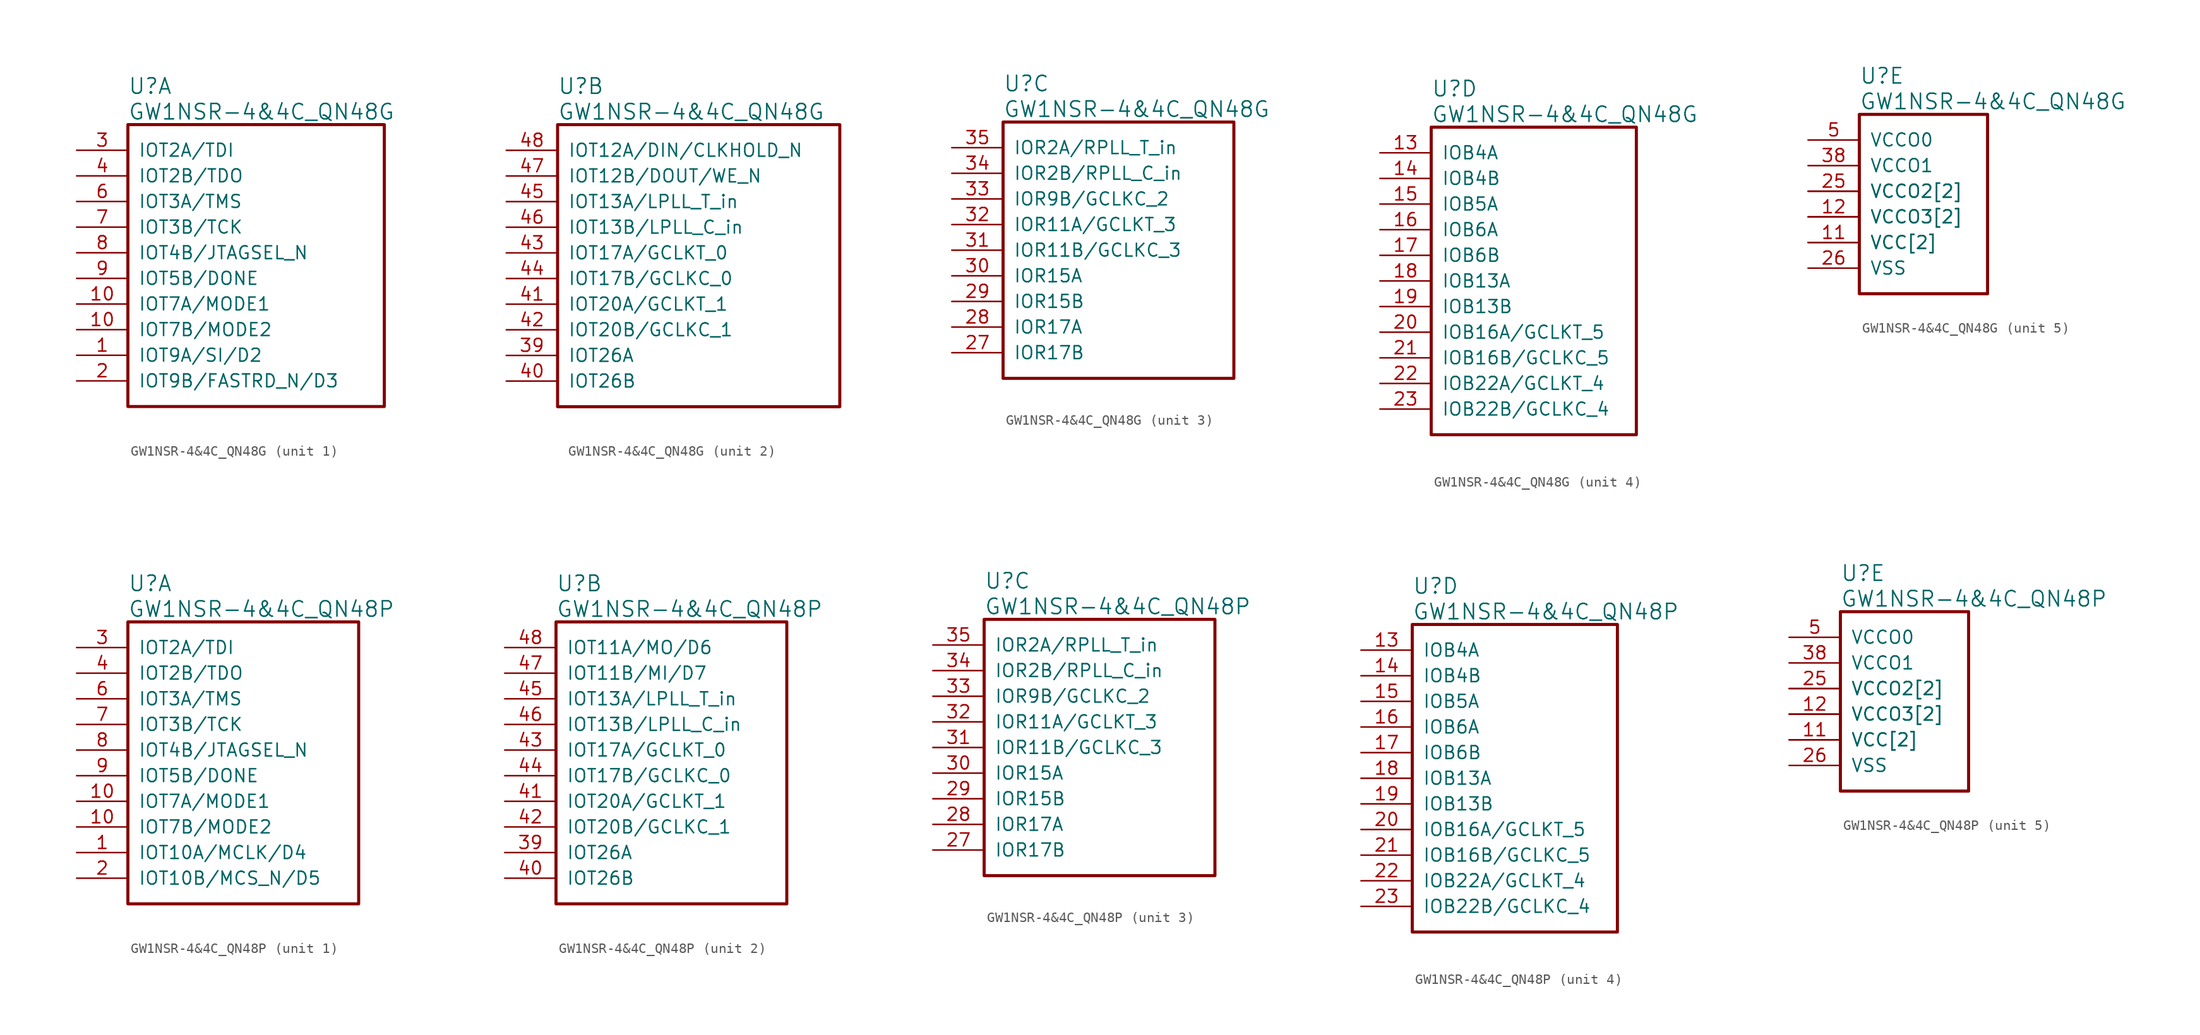
<source format=kicad_sym>
(kicad_symbol_lib
  (version 20241209)
  (generator "kicad_symbol_editor")
  (generator_version "9.0")
  (symbol "GW1NSR-4&4C_QN48G"
    (pin_names
      (offset 1.016))
    (property "Reference" "U"
      (at 5.08 6.35 0)
      (effects (font (size 1.524 1.524)) (justify left)))
    (property "Value" "GW1NSR-4&4C_QN48G"
      (at 5.08 3.81 0)
      (effects (font (size 1.524 1.524)) (justify left)))
    (property "ki_locked" ""
      (at 0 0 0)
      (effects (font (size 1.27 1.27))))
    (symbol "GW1NSR-4&4C_QN48G_1_1"
      (rectangle (start 5.08 2.54) (end 30.48 -25.4) (stroke (width 0.305) (type solid)) (fill (type none)))
      (pin bidirectional line (at 0 0 0) (length 5.08) (name "IOT2A/TDI" (effects (font (size 1.27 1.27)))) (number "3" (effects (font (size 1.27 1.27)))))
      (pin bidirectional line (at 0 -2.54 0) (length 5.08) (name "IOT2B/TDO" (effects (font (size 1.27 1.27)))) (number "4" (effects (font (size 1.27 1.27)))))
      (pin bidirectional line (at 0 -5.08 0) (length 5.08) (name "IOT3A/TMS" (effects (font (size 1.27 1.27)))) (number "6" (effects (font (size 1.27 1.27)))))
      (pin bidirectional line (at 0 -7.62 0) (length 5.08) (name "IOT3B/TCK" (effects (font (size 1.27 1.27)))) (number "7" (effects (font (size 1.27 1.27)))))
      (pin bidirectional line (at 0 -10.16 0) (length 5.08) (name "IOT4B/JTAGSEL_N" (effects (font (size 1.27 1.27)))) (number "8" (effects (font (size 1.27 1.27)))))
      (pin bidirectional line (at 0 -12.7 0) (length 5.08) (name "IOT5B/DONE" (effects (font (size 1.27 1.27)))) (number "9" (effects (font (size 1.27 1.27)))))
      (pin bidirectional line (at 0 -15.24 0) (length 5.08) (name "IOT7A/MODE1" (effects (font (size 1.27 1.27)))) (number "10" (effects (font (size 1.27 1.27)))))
      (pin bidirectional line (at 0 -17.78 0) (length 5.08) (name "IOT7B/MODE2" (effects (font (size 1.27 1.27)))) (number "10" (effects (font (size 1.27 1.27)))))
      (pin bidirectional line (at 0 -20.32 0) (length 5.08) (name "IOT9A/SI/D2" (effects (font (size 1.27 1.27)))) (number "1" (effects (font (size 1.27 1.27)))))
      (pin bidirectional line (at 0 -22.86 0) (length 5.08) (name "IOT9B/FASTRD_N/D3" (effects (font (size 1.27 1.27)))) (number "2" (effects (font (size 1.27 1.27))))))
    (symbol "GW1NSR-4&4C_QN48G_2_1"
      (rectangle (start 5.08 2.54) (end 33.02 -25.4) (stroke (width 0.305) (type solid)) (fill (type none)))
      (pin bidirectional line (at 0 0 0) (length 5.08) (name "IOT12A/DIN/CLKHOLD_N" (effects (font (size 1.27 1.27)))) (number "48" (effects (font (size 1.27 1.27)))))
      (pin bidirectional line (at 0 -2.54 0) (length 5.08) (name "IOT12B/DOUT/WE_N" (effects (font (size 1.27 1.27)))) (number "47" (effects (font (size 1.27 1.27)))))
      (pin bidirectional line (at 0 -5.08 0) (length 5.08) (name "IOT13A/LPLL_T_in" (effects (font (size 1.27 1.27)))) (number "45" (effects (font (size 1.27 1.27)))))
      (pin bidirectional line (at 0 -7.62 0) (length 5.08) (name "IOT13B/LPLL_C_in" (effects (font (size 1.27 1.27)))) (number "46" (effects (font (size 1.27 1.27)))))
      (pin bidirectional line (at 0 -10.16 0) (length 5.08) (name "IOT17A/GCLKT_0" (effects (font (size 1.27 1.27)))) (number "43" (effects (font (size 1.27 1.27)))))
      (pin bidirectional line (at 0 -12.7 0) (length 5.08) (name "IOT17B/GCLKC_0" (effects (font (size 1.27 1.27)))) (number "44" (effects (font (size 1.27 1.27)))))
      (pin bidirectional line (at 0 -15.24 0) (length 5.08) (name "IOT20A/GCLKT_1" (effects (font (size 1.27 1.27)))) (number "41" (effects (font (size 1.27 1.27)))))
      (pin bidirectional line (at 0 -17.78 0) (length 5.08) (name "IOT20B/GCLKC_1" (effects (font (size 1.27 1.27)))) (number "42" (effects (font (size 1.27 1.27)))))
      (pin bidirectional line (at 0 -20.32 0) (length 5.08) (name "IOT26A" (effects (font (size 1.27 1.27)))) (number "39" (effects (font (size 1.27 1.27)))))
      (pin bidirectional line (at 0 -22.86 0) (length 5.08) (name "IOT26B" (effects (font (size 1.27 1.27)))) (number "40" (effects (font (size 1.27 1.27))))))
    (symbol "GW1NSR-4&4C_QN48G_3_1"
      (rectangle (start 5.08 2.54) (end 27.94 -22.86) (stroke (width 0.305) (type solid)) (fill (type none)))
      (pin bidirectional line (at 0 0 0) (length 5.08) (name "IOR2A/RPLL_T_in" (effects (font (size 1.27 1.27)))) (number "35" (effects (font (size 1.27 1.27)))))
      (pin bidirectional line (at 0 -2.54 0) (length 5.08) (name "IOR2B/RPLL_C_in" (effects (font (size 1.27 1.27)))) (number "34" (effects (font (size 1.27 1.27)))))
      (pin bidirectional line (at 0 -5.08 0) (length 5.08) (name "IOR9B/GCLKC_2" (effects (font (size 1.27 1.27)))) (number "33" (effects (font (size 1.27 1.27)))))
      (pin bidirectional line (at 0 -7.62 0) (length 5.08) (name "IOR11A/GCLKT_3" (effects (font (size 1.27 1.27)))) (number "32" (effects (font (size 1.27 1.27)))))
      (pin bidirectional line (at 0 -10.16 0) (length 5.08) (name "IOR11B/GCLKC_3" (effects (font (size 1.27 1.27)))) (number "31" (effects (font (size 1.27 1.27)))))
      (pin bidirectional line (at 0 -12.7 0) (length 5.08) (name "IOR15A" (effects (font (size 1.27 1.27)))) (number "30" (effects (font (size 1.27 1.27)))))
      (pin bidirectional line (at 0 -15.24 0) (length 5.08) (name "IOR15B" (effects (font (size 1.27 1.27)))) (number "29" (effects (font (size 1.27 1.27)))))
      (pin bidirectional line (at 0 -17.78 0) (length 5.08) (name "IOR17A" (effects (font (size 1.27 1.27)))) (number "28" (effects (font (size 1.27 1.27)))))
      (pin bidirectional line (at 0 -20.32 0) (length 5.08) (name "IOR17B" (effects (font (size 1.27 1.27)))) (number "27" (effects (font (size 1.27 1.27))))))
    (symbol "GW1NSR-4&4C_QN48G_4_1"
      (rectangle (start 5.08 2.54) (end 25.4 -27.94) (stroke (width 0.305) (type solid)) (fill (type none)))
      (pin bidirectional line (at 0 0 0) (length 5.08) (name "IOB4A" (effects (font (size 1.27 1.27)))) (number "13" (effects (font (size 1.27 1.27)))))
      (pin bidirectional line (at 0 -2.54 0) (length 5.08) (name "IOB4B" (effects (font (size 1.27 1.27)))) (number "14" (effects (font (size 1.27 1.27)))))
      (pin bidirectional line (at 0 -5.08 0) (length 5.08) (name "IOB5A" (effects (font (size 1.27 1.27)))) (number "15" (effects (font (size 1.27 1.27)))))
      (pin bidirectional line (at 0 -7.62 0) (length 5.08) (name "IOB6A" (effects (font (size 1.27 1.27)))) (number "16" (effects (font (size 1.27 1.27)))))
      (pin bidirectional line (at 0 -10.16 0) (length 5.08) (name "IOB6B" (effects (font (size 1.27 1.27)))) (number "17" (effects (font (size 1.27 1.27)))))
      (pin bidirectional line (at 0 -12.7 0) (length 5.08) (name "IOB13A" (effects (font (size 1.27 1.27)))) (number "18" (effects (font (size 1.27 1.27)))))
      (pin bidirectional line (at 0 -15.24 0) (length 5.08) (name "IOB13B" (effects (font (size 1.27 1.27)))) (number "19" (effects (font (size 1.27 1.27)))))
      (pin bidirectional line (at 0 -17.78 0) (length 5.08) (name "IOB16A/GCLKT_5" (effects (font (size 1.27 1.27)))) (number "20" (effects (font (size 1.27 1.27)))))
      (pin bidirectional line (at 0 -20.32 0) (length 5.08) (name "IOB16B/GCLKC_5" (effects (font (size 1.27 1.27)))) (number "21" (effects (font (size 1.27 1.27)))))
      (pin bidirectional line (at 0 -22.86 0) (length 5.08) (name "IOB22A/GCLKT_4" (effects (font (size 1.27 1.27)))) (number "22" (effects (font (size 1.27 1.27)))))
      (pin bidirectional line (at 0 -25.4 0) (length 5.08) (name "IOB22B/GCLKC_4" (effects (font (size 1.27 1.27)))) (number "23" (effects (font (size 1.27 1.27))))))
    (symbol "GW1NSR-4&4C_QN48G_5_1"
      (rectangle (start 5.08 2.54) (end 17.78 -15.24) (stroke (width 0.305) (type solid)) (fill (type none)))
      (pin power_in line (at 0 0 0) (length 5.08) (name "VCCO0" (effects (font (size 1.27 1.27)))) (number "5" (effects (font (size 1.27 1.27)))))
      (pin power_in line (at 0 -2.54 0) (length 5.08) (name "VCCO1" (effects (font (size 1.27 1.27)))) (number "38" (effects (font (size 1.27 1.27)))))
      (pin power_in line (at 0 -5.08 0) (length 5.08) (name "VCCO2[2]" (effects (font (size 1.27 1.27)))) (number "25" (effects (font (size 1.27 1.27)))))
      (pin power_in line (at 0 -5.08 0) (length 5.08) (name "VCCO2[2]" (effects (font (size 1.27 1.27)))) (number "36" (effects (font (size 0 0)))))
      (pin power_in line (at 0 -7.62 0) (length 5.08) (name "VCCO3[2]" (effects (font (size 1.27 1.27)))) (number "12" (effects (font (size 1.27 1.27)))))
      (pin power_in line (at 0 -7.62 0) (length 5.08) (name "VCCO3[2]" (effects (font (size 1.27 1.27)))) (number "24" (effects (font (size 0 0)))))
      (pin power_in line (at 0 -10.16 0) (length 5.08) (name "VCC[2]" (effects (font (size 1.27 1.27)))) (number "11" (effects (font (size 1.27 1.27)))))
      (pin power_in line (at 0 -10.16 0) (length 5.08) (name "VCC[2]" (effects (font (size 1.27 1.27)))) (number "37" (effects (font (size 0 0)))))
      (pin power_in line (at 0 -12.7 0) (length 5.08) (name "VSS" (effects (font (size 1.27 1.27)))) (number "26" (effects (font (size 1.27 1.27)))))))
  (symbol "GW1NSR-4&4C_QN48P"
    (pin_names
      (offset 1.016))
    (property "Reference" "U"
      (at 5.08 6.35 0)
      (effects (font (size 1.524 1.524)) (justify left)))
    (property "Value" "GW1NSR-4&4C_QN48P"
      (at 5.08 3.81 0)
      (effects (font (size 1.524 1.524)) (justify left)))
    (property "ki_locked" ""
      (at 0 0 0)
      (effects (font (size 1.27 1.27))))
    (symbol "GW1NSR-4&4C_QN48P_1_1"
      (rectangle (start 5.08 2.54) (end 27.94 -25.4) (stroke (width 0.305) (type solid)) (fill (type none)))
      (pin bidirectional line (at 0 0 0) (length 5.08) (name "IOT2A/TDI" (effects (font (size 1.27 1.27)))) (number "3" (effects (font (size 1.27 1.27)))))
      (pin bidirectional line (at 0 -2.54 0) (length 5.08) (name "IOT2B/TDO" (effects (font (size 1.27 1.27)))) (number "4" (effects (font (size 1.27 1.27)))))
      (pin bidirectional line (at 0 -5.08 0) (length 5.08) (name "IOT3A/TMS" (effects (font (size 1.27 1.27)))) (number "6" (effects (font (size 1.27 1.27)))))
      (pin bidirectional line (at 0 -7.62 0) (length 5.08) (name "IOT3B/TCK" (effects (font (size 1.27 1.27)))) (number "7" (effects (font (size 1.27 1.27)))))
      (pin bidirectional line (at 0 -10.16 0) (length 5.08) (name "IOT4B/JTAGSEL_N" (effects (font (size 1.27 1.27)))) (number "8" (effects (font (size 1.27 1.27)))))
      (pin bidirectional line (at 0 -12.7 0) (length 5.08) (name "IOT5B/DONE" (effects (font (size 1.27 1.27)))) (number "9" (effects (font (size 1.27 1.27)))))
      (pin bidirectional line (at 0 -15.24 0) (length 5.08) (name "IOT7A/MODE1" (effects (font (size 1.27 1.27)))) (number "10" (effects (font (size 1.27 1.27)))))
      (pin bidirectional line (at 0 -17.78 0) (length 5.08) (name "IOT7B/MODE2" (effects (font (size 1.27 1.27)))) (number "10" (effects (font (size 1.27 1.27)))))
      (pin bidirectional line (at 0 -20.32 0) (length 5.08) (name "IOT10A/MCLK/D4" (effects (font (size 1.27 1.27)))) (number "1" (effects (font (size 1.27 1.27)))))
      (pin bidirectional line (at 0 -22.86 0) (length 5.08) (name "IOT10B/MCS_N/D5" (effects (font (size 1.27 1.27)))) (number "2" (effects (font (size 1.27 1.27))))))
    (symbol "GW1NSR-4&4C_QN48P_2_1"
      (rectangle (start 5.08 2.54) (end 27.94 -25.4) (stroke (width 0.305) (type solid)) (fill (type none)))
      (pin bidirectional line (at 0 0 0) (length 5.08) (name "IOT11A/MO/D6" (effects (font (size 1.27 1.27)))) (number "48" (effects (font (size 1.27 1.27)))))
      (pin bidirectional line (at 0 -2.54 0) (length 5.08) (name "IOT11B/MI/D7" (effects (font (size 1.27 1.27)))) (number "47" (effects (font (size 1.27 1.27)))))
      (pin bidirectional line (at 0 -5.08 0) (length 5.08) (name "IOT13A/LPLL_T_in" (effects (font (size 1.27 1.27)))) (number "45" (effects (font (size 1.27 1.27)))))
      (pin bidirectional line (at 0 -7.62 0) (length 5.08) (name "IOT13B/LPLL_C_in" (effects (font (size 1.27 1.27)))) (number "46" (effects (font (size 1.27 1.27)))))
      (pin bidirectional line (at 0 -10.16 0) (length 5.08) (name "IOT17A/GCLKT_0" (effects (font (size 1.27 1.27)))) (number "43" (effects (font (size 1.27 1.27)))))
      (pin bidirectional line (at 0 -12.7 0) (length 5.08) (name "IOT17B/GCLKC_0" (effects (font (size 1.27 1.27)))) (number "44" (effects (font (size 1.27 1.27)))))
      (pin bidirectional line (at 0 -15.24 0) (length 5.08) (name "IOT20A/GCLKT_1" (effects (font (size 1.27 1.27)))) (number "41" (effects (font (size 1.27 1.27)))))
      (pin bidirectional line (at 0 -17.78 0) (length 5.08) (name "IOT20B/GCLKC_1" (effects (font (size 1.27 1.27)))) (number "42" (effects (font (size 1.27 1.27)))))
      (pin bidirectional line (at 0 -20.32 0) (length 5.08) (name "IOT26A" (effects (font (size 1.27 1.27)))) (number "39" (effects (font (size 1.27 1.27)))))
      (pin bidirectional line (at 0 -22.86 0) (length 5.08) (name "IOT26B" (effects (font (size 1.27 1.27)))) (number "40" (effects (font (size 1.27 1.27))))))
    (symbol "GW1NSR-4&4C_QN48P_3_1"
      (rectangle (start 5.08 2.54) (end 27.94 -22.86) (stroke (width 0.305) (type solid)) (fill (type none)))
      (pin bidirectional line (at 0 0 0) (length 5.08) (name "IOR2A/RPLL_T_in" (effects (font (size 1.27 1.27)))) (number "35" (effects (font (size 1.27 1.27)))))
      (pin bidirectional line (at 0 -2.54 0) (length 5.08) (name "IOR2B/RPLL_C_in" (effects (font (size 1.27 1.27)))) (number "34" (effects (font (size 1.27 1.27)))))
      (pin bidirectional line (at 0 -5.08 0) (length 5.08) (name "IOR9B/GCLKC_2" (effects (font (size 1.27 1.27)))) (number "33" (effects (font (size 1.27 1.27)))))
      (pin bidirectional line (at 0 -7.62 0) (length 5.08) (name "IOR11A/GCLKT_3" (effects (font (size 1.27 1.27)))) (number "32" (effects (font (size 1.27 1.27)))))
      (pin bidirectional line (at 0 -10.16 0) (length 5.08) (name "IOR11B/GCLKC_3" (effects (font (size 1.27 1.27)))) (number "31" (effects (font (size 1.27 1.27)))))
      (pin bidirectional line (at 0 -12.7 0) (length 5.08) (name "IOR15A" (effects (font (size 1.27 1.27)))) (number "30" (effects (font (size 1.27 1.27)))))
      (pin bidirectional line (at 0 -15.24 0) (length 5.08) (name "IOR15B" (effects (font (size 1.27 1.27)))) (number "29" (effects (font (size 1.27 1.27)))))
      (pin bidirectional line (at 0 -17.78 0) (length 5.08) (name "IOR17A" (effects (font (size 1.27 1.27)))) (number "28" (effects (font (size 1.27 1.27)))))
      (pin bidirectional line (at 0 -20.32 0) (length 5.08) (name "IOR17B" (effects (font (size 1.27 1.27)))) (number "27" (effects (font (size 1.27 1.27))))))
    (symbol "GW1NSR-4&4C_QN48P_4_1"
      (rectangle (start 5.08 2.54) (end 25.4 -27.94) (stroke (width 0.305) (type solid)) (fill (type none)))
      (pin bidirectional line (at 0 0 0) (length 5.08) (name "IOB4A" (effects (font (size 1.27 1.27)))) (number "13" (effects (font (size 1.27 1.27)))))
      (pin bidirectional line (at 0 -2.54 0) (length 5.08) (name "IOB4B" (effects (font (size 1.27 1.27)))) (number "14" (effects (font (size 1.27 1.27)))))
      (pin bidirectional line (at 0 -5.08 0) (length 5.08) (name "IOB5A" (effects (font (size 1.27 1.27)))) (number "15" (effects (font (size 1.27 1.27)))))
      (pin bidirectional line (at 0 -7.62 0) (length 5.08) (name "IOB6A" (effects (font (size 1.27 1.27)))) (number "16" (effects (font (size 1.27 1.27)))))
      (pin bidirectional line (at 0 -10.16 0) (length 5.08) (name "IOB6B" (effects (font (size 1.27 1.27)))) (number "17" (effects (font (size 1.27 1.27)))))
      (pin bidirectional line (at 0 -12.7 0) (length 5.08) (name "IOB13A" (effects (font (size 1.27 1.27)))) (number "18" (effects (font (size 1.27 1.27)))))
      (pin bidirectional line (at 0 -15.24 0) (length 5.08) (name "IOB13B" (effects (font (size 1.27 1.27)))) (number "19" (effects (font (size 1.27 1.27)))))
      (pin bidirectional line (at 0 -17.78 0) (length 5.08) (name "IOB16A/GCLKT_5" (effects (font (size 1.27 1.27)))) (number "20" (effects (font (size 1.27 1.27)))))
      (pin bidirectional line (at 0 -20.32 0) (length 5.08) (name "IOB16B/GCLKC_5" (effects (font (size 1.27 1.27)))) (number "21" (effects (font (size 1.27 1.27)))))
      (pin bidirectional line (at 0 -22.86 0) (length 5.08) (name "IOB22A/GCLKT_4" (effects (font (size 1.27 1.27)))) (number "22" (effects (font (size 1.27 1.27)))))
      (pin bidirectional line (at 0 -25.4 0) (length 5.08) (name "IOB22B/GCLKC_4" (effects (font (size 1.27 1.27)))) (number "23" (effects (font (size 1.27 1.27))))))
    (symbol "GW1NSR-4&4C_QN48P_5_1"
      (rectangle (start 5.08 2.54) (end 17.78 -15.24) (stroke (width 0.305) (type solid)) (fill (type none)))
      (pin power_in line (at 0 0 0) (length 5.08) (name "VCCO0" (effects (font (size 1.27 1.27)))) (number "5" (effects (font (size 1.27 1.27)))))
      (pin power_in line (at 0 -2.54 0) (length 5.08) (name "VCCO1" (effects (font (size 1.27 1.27)))) (number "38" (effects (font (size 1.27 1.27)))))
      (pin power_in line (at 0 -5.08 0) (length 5.08) (name "VCCO2[2]" (effects (font (size 1.27 1.27)))) (number "25" (effects (font (size 1.27 1.27)))))
      (pin power_in line (at 0 -5.08 0) (length 5.08) (name "VCCO2[2]" (effects (font (size 1.27 1.27)))) (number "36" (effects (font (size 0 0)))))
      (pin power_in line (at 0 -7.62 0) (length 5.08) (name "VCCO3[2]" (effects (font (size 1.27 1.27)))) (number "12" (effects (font (size 1.27 1.27)))))
      (pin power_in line (at 0 -7.62 0) (length 5.08) (name "VCCO3[2]" (effects (font (size 1.27 1.27)))) (number "24" (effects (font (size 0 0)))))
      (pin power_in line (at 0 -10.16 0) (length 5.08) (name "VCC[2]" (effects (font (size 1.27 1.27)))) (number "11" (effects (font (size 1.27 1.27)))))
      (pin power_in line (at 0 -10.16 0) (length 5.08) (name "VCC[2]" (effects (font (size 1.27 1.27)))) (number "37" (effects (font (size 0 0)))))
      (pin power_in line (at 0 -12.7 0) (length 5.08) (name "VSS" (effects (font (size 1.27 1.27)))) (number "26" (effects (font (size 1.27 1.27))))))))
</source>
